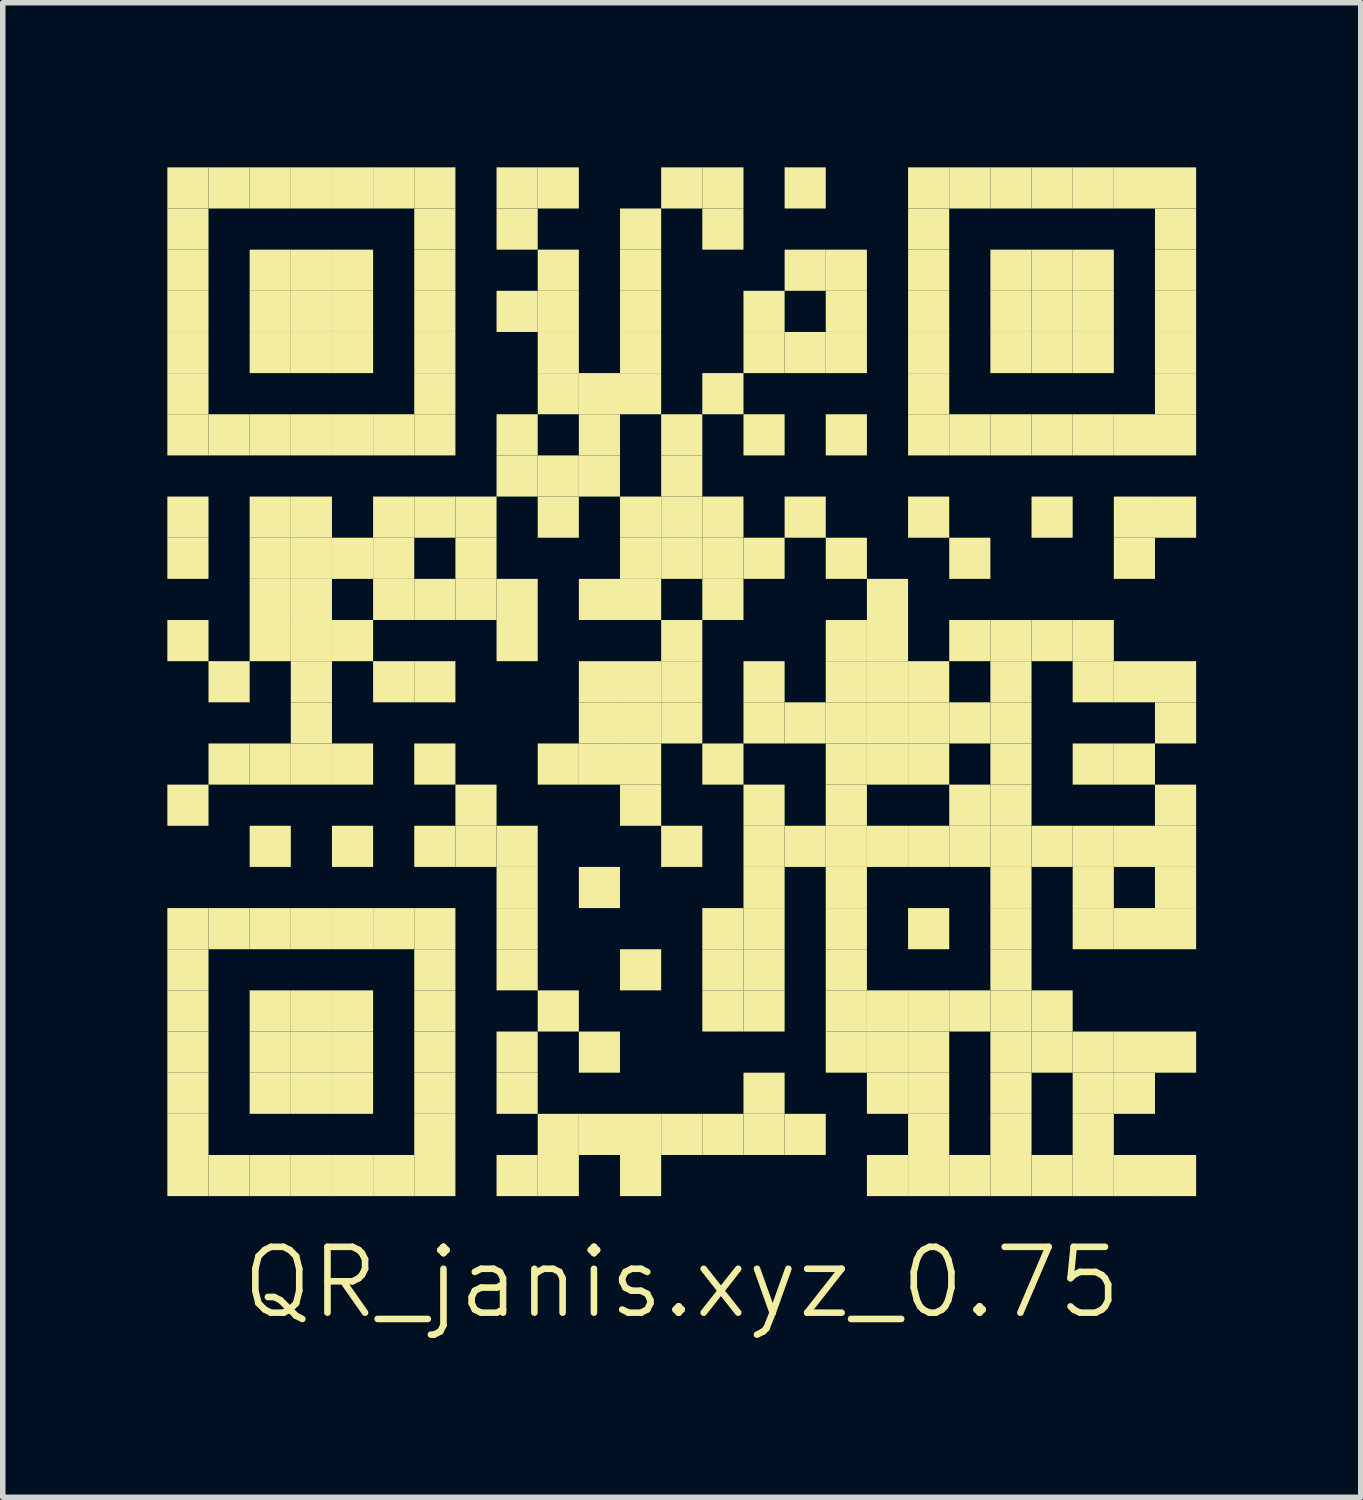
<source format=kicad_pcb>
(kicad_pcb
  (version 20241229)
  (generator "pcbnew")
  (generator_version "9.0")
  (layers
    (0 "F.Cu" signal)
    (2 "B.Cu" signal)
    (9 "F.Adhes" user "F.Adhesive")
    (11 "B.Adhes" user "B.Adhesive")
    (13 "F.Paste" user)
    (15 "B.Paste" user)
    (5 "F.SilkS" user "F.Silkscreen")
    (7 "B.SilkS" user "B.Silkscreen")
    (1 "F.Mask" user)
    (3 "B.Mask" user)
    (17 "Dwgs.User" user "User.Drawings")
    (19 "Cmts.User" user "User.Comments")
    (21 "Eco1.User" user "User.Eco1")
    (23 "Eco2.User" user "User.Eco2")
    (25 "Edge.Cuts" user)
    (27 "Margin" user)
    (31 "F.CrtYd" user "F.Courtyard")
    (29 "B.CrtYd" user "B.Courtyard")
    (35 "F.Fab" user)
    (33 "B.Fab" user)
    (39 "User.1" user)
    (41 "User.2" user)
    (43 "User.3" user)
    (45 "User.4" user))
  (footprint "QR_janis.xyz_0.75"
    (layer "F.Cu")
    (at 9.375 9.375)
    (property "Reference" "QR_janis.xyz_0.75" (at 0 10.95 0) (layer "F.SilkS") (effects (font (size 1.2 1.2) (thickness 0.12))))
    (attr through_hole)
    (fp_poly (pts (xy -8.625 -8.625) (xy -8.625 -9.375) (xy -9.375 -9.375) (xy -9.375 -8.625)) (stroke (width 0) (type solid)) (fill yes) (layer "F.SilkS"))
    (fp_poly (pts (xy -8.625 -7.875) (xy -8.625 -8.625) (xy -9.375 -8.625) (xy -9.375 -7.875)) (stroke (width 0) (type solid)) (fill yes) (layer "F.SilkS"))
    (fp_poly (pts (xy -8.625 -7.125) (xy -8.625 -7.875) (xy -9.375 -7.875) (xy -9.375 -7.125)) (stroke (width 0) (type solid)) (fill yes) (layer "F.SilkS"))
    (fp_poly (pts (xy -8.625 -6.375) (xy -8.625 -7.125) (xy -9.375 -7.125) (xy -9.375 -6.375)) (stroke (width 0) (type solid)) (fill yes) (layer "F.SilkS"))
    (fp_poly (pts (xy -8.625 -5.625) (xy -8.625 -6.375) (xy -9.375 -6.375) (xy -9.375 -5.625)) (stroke (width 0) (type solid)) (fill yes) (layer "F.SilkS"))
    (fp_poly (pts (xy -8.625 -4.875) (xy -8.625 -5.625) (xy -9.375 -5.625) (xy -9.375 -4.875)) (stroke (width 0) (type solid)) (fill yes) (layer "F.SilkS"))
    (fp_poly (pts (xy -8.625 -4.125) (xy -8.625 -4.875) (xy -9.375 -4.875) (xy -9.375 -4.125)) (stroke (width 0) (type solid)) (fill yes) (layer "F.SilkS"))
    (fp_poly (pts (xy -8.625 -2.625) (xy -8.625 -3.375) (xy -9.375 -3.375) (xy -9.375 -2.625)) (stroke (width 0) (type solid)) (fill yes) (layer "F.SilkS"))
    (fp_poly (pts (xy -8.625 -1.875) (xy -8.625 -2.625) (xy -9.375 -2.625) (xy -9.375 -1.875)) (stroke (width 0) (type solid)) (fill yes) (layer "F.SilkS"))
    (fp_poly (pts (xy -8.625 -0.375) (xy -8.625 -1.125) (xy -9.375 -1.125) (xy -9.375 -0.375)) (stroke (width 0) (type solid)) (fill yes) (layer "F.SilkS"))
    (fp_poly (pts (xy -8.625 2.625) (xy -8.625 1.875) (xy -9.375 1.875) (xy -9.375 2.625)) (stroke (width 0) (type solid)) (fill yes) (layer "F.SilkS"))
    (fp_poly (pts (xy -8.625 4.875) (xy -8.625 4.125) (xy -9.375 4.125) (xy -9.375 4.875)) (stroke (width 0) (type solid)) (fill yes) (layer "F.SilkS"))
    (fp_poly (pts (xy -8.625 5.625) (xy -8.625 4.875) (xy -9.375 4.875) (xy -9.375 5.625)) (stroke (width 0) (type solid)) (fill yes) (layer "F.SilkS"))
    (fp_poly (pts (xy -8.625 6.375) (xy -8.625 5.625) (xy -9.375 5.625) (xy -9.375 6.375)) (stroke (width 0) (type solid)) (fill yes) (layer "F.SilkS"))
    (fp_poly (pts (xy -8.625 7.125) (xy -8.625 6.375) (xy -9.375 6.375) (xy -9.375 7.125)) (stroke (width 0) (type solid)) (fill yes) (layer "F.SilkS"))
    (fp_poly (pts (xy -8.625 7.875) (xy -8.625 7.125) (xy -9.375 7.125) (xy -9.375 7.875)) (stroke (width 0) (type solid)) (fill yes) (layer "F.SilkS"))
    (fp_poly (pts (xy -8.625 8.625) (xy -8.625 7.875) (xy -9.375 7.875) (xy -9.375 8.625)) (stroke (width 0) (type solid)) (fill yes) (layer "F.SilkS"))
    (fp_poly (pts (xy -8.625 9.375) (xy -8.625 8.625) (xy -9.375 8.625) (xy -9.375 9.375)) (stroke (width 0) (type solid)) (fill yes) (layer "F.SilkS"))
    (fp_poly (pts (xy -7.875 -8.625) (xy -7.875 -9.375) (xy -8.625 -9.375) (xy -8.625 -8.625)) (stroke (width 0) (type solid)) (fill yes) (layer "F.SilkS"))
    (fp_poly (pts (xy -7.875 -4.125) (xy -7.875 -4.875) (xy -8.625 -4.875) (xy -8.625 -4.125)) (stroke (width 0) (type solid)) (fill yes) (layer "F.SilkS"))
    (fp_poly (pts (xy -7.875 0.375) (xy -7.875 -0.375) (xy -8.625 -0.375) (xy -8.625 0.375)) (stroke (width 0) (type solid)) (fill yes) (layer "F.SilkS"))
    (fp_poly (pts (xy -7.875 1.875) (xy -7.875 1.125) (xy -8.625 1.125) (xy -8.625 1.875)) (stroke (width 0) (type solid)) (fill yes) (layer "F.SilkS"))
    (fp_poly (pts (xy -7.875 4.875) (xy -7.875 4.125) (xy -8.625 4.125) (xy -8.625 4.875)) (stroke (width 0) (type solid)) (fill yes) (layer "F.SilkS"))
    (fp_poly (pts (xy -7.875 9.375) (xy -7.875 8.625) (xy -8.625 8.625) (xy -8.625 9.375)) (stroke (width 0) (type solid)) (fill yes) (layer "F.SilkS"))
    (fp_poly (pts (xy -7.125 -8.625) (xy -7.125 -9.375) (xy -7.875 -9.375) (xy -7.875 -8.625)) (stroke (width 0) (type solid)) (fill yes) (layer "F.SilkS"))
    (fp_poly (pts (xy -7.125 -7.125) (xy -7.125 -7.875) (xy -7.875 -7.875) (xy -7.875 -7.125)) (stroke (width 0) (type solid)) (fill yes) (layer "F.SilkS"))
    (fp_poly (pts (xy -7.125 -6.375) (xy -7.125 -7.125) (xy -7.875 -7.125) (xy -7.875 -6.375)) (stroke (width 0) (type solid)) (fill yes) (layer "F.SilkS"))
    (fp_poly (pts (xy -7.125 -5.625) (xy -7.125 -6.375) (xy -7.875 -6.375) (xy -7.875 -5.625)) (stroke (width 0) (type solid)) (fill yes) (layer "F.SilkS"))
    (fp_poly (pts (xy -7.125 -4.125) (xy -7.125 -4.875) (xy -7.875 -4.875) (xy -7.875 -4.125)) (stroke (width 0) (type solid)) (fill yes) (layer "F.SilkS"))
    (fp_poly (pts (xy -7.125 -2.625) (xy -7.125 -3.375) (xy -7.875 -3.375) (xy -7.875 -2.625)) (stroke (width 0) (type solid)) (fill yes) (layer "F.SilkS"))
    (fp_poly (pts (xy -7.125 -1.875) (xy -7.125 -2.625) (xy -7.875 -2.625) (xy -7.875 -1.875)) (stroke (width 0) (type solid)) (fill yes) (layer "F.SilkS"))
    (fp_poly (pts (xy -7.125 -1.125) (xy -7.125 -1.875) (xy -7.875 -1.875) (xy -7.875 -1.125)) (stroke (width 0) (type solid)) (fill yes) (layer "F.SilkS"))
    (fp_poly (pts (xy -7.125 -0.375) (xy -7.125 -1.125) (xy -7.875 -1.125) (xy -7.875 -0.375)) (stroke (width 0) (type solid)) (fill yes) (layer "F.SilkS"))
    (fp_poly (pts (xy -7.125 1.875) (xy -7.125 1.125) (xy -7.875 1.125) (xy -7.875 1.875)) (stroke (width 0) (type solid)) (fill yes) (layer "F.SilkS"))
    (fp_poly (pts (xy -7.125 3.375) (xy -7.125 2.625) (xy -7.875 2.625) (xy -7.875 3.375)) (stroke (width 0) (type solid)) (fill yes) (layer "F.SilkS"))
    (fp_poly (pts (xy -7.125 4.875) (xy -7.125 4.125) (xy -7.875 4.125) (xy -7.875 4.875)) (stroke (width 0) (type solid)) (fill yes) (layer "F.SilkS"))
    (fp_poly (pts (xy -7.125 6.375) (xy -7.125 5.625) (xy -7.875 5.625) (xy -7.875 6.375)) (stroke (width 0) (type solid)) (fill yes) (layer "F.SilkS"))
    (fp_poly (pts (xy -7.125 7.125) (xy -7.125 6.375) (xy -7.875 6.375) (xy -7.875 7.125)) (stroke (width 0) (type solid)) (fill yes) (layer "F.SilkS"))
    (fp_poly (pts (xy -7.125 7.875) (xy -7.125 7.125) (xy -7.875 7.125) (xy -7.875 7.875)) (stroke (width 0) (type solid)) (fill yes) (layer "F.SilkS"))
    (fp_poly (pts (xy -7.125 9.375) (xy -7.125 8.625) (xy -7.875 8.625) (xy -7.875 9.375)) (stroke (width 0) (type solid)) (fill yes) (layer "F.SilkS"))
    (fp_poly (pts (xy -6.375 -8.625) (xy -6.375 -9.375) (xy -7.125 -9.375) (xy -7.125 -8.625)) (stroke (width 0) (type solid)) (fill yes) (layer "F.SilkS"))
    (fp_poly (pts (xy -6.375 -7.125) (xy -6.375 -7.875) (xy -7.125 -7.875) (xy -7.125 -7.125)) (stroke (width 0) (type solid)) (fill yes) (layer "F.SilkS"))
    (fp_poly (pts (xy -6.375 -6.375) (xy -6.375 -7.125) (xy -7.125 -7.125) (xy -7.125 -6.375)) (stroke (width 0) (type solid)) (fill yes) (layer "F.SilkS"))
    (fp_poly (pts (xy -6.375 -5.625) (xy -6.375 -6.375) (xy -7.125 -6.375) (xy -7.125 -5.625)) (stroke (width 0) (type solid)) (fill yes) (layer "F.SilkS"))
    (fp_poly (pts (xy -6.375 -4.125) (xy -6.375 -4.875) (xy -7.125 -4.875) (xy -7.125 -4.125)) (stroke (width 0) (type solid)) (fill yes) (layer "F.SilkS"))
    (fp_poly (pts (xy -6.375 -2.625) (xy -6.375 -3.375) (xy -7.125 -3.375) (xy -7.125 -2.625)) (stroke (width 0) (type solid)) (fill yes) (layer "F.SilkS"))
    (fp_poly (pts (xy -6.375 -1.875) (xy -6.375 -2.625) (xy -7.125 -2.625) (xy -7.125 -1.875)) (stroke (width 0) (type solid)) (fill yes) (layer "F.SilkS"))
    (fp_poly (pts (xy -6.375 -1.125) (xy -6.375 -1.875) (xy -7.125 -1.875) (xy -7.125 -1.125)) (stroke (width 0) (type solid)) (fill yes) (layer "F.SilkS"))
    (fp_poly (pts (xy -6.375 -0.375) (xy -6.375 -1.125) (xy -7.125 -1.125) (xy -7.125 -0.375)) (stroke (width 0) (type solid)) (fill yes) (layer "F.SilkS"))
    (fp_poly (pts (xy -6.375 0.375) (xy -6.375 -0.375) (xy -7.125 -0.375) (xy -7.125 0.375)) (stroke (width 0) (type solid)) (fill yes) (layer "F.SilkS"))
    (fp_poly (pts (xy -6.375 1.125) (xy -6.375 0.375) (xy -7.125 0.375) (xy -7.125 1.125)) (stroke (width 0) (type solid)) (fill yes) (layer "F.SilkS"))
    (fp_poly (pts (xy -6.375 1.875) (xy -6.375 1.125) (xy -7.125 1.125) (xy -7.125 1.875)) (stroke (width 0) (type solid)) (fill yes) (layer "F.SilkS"))
    (fp_poly (pts (xy -6.375 4.875) (xy -6.375 4.125) (xy -7.125 4.125) (xy -7.125 4.875)) (stroke (width 0) (type solid)) (fill yes) (layer "F.SilkS"))
    (fp_poly (pts (xy -6.375 6.375) (xy -6.375 5.625) (xy -7.125 5.625) (xy -7.125 6.375)) (stroke (width 0) (type solid)) (fill yes) (layer "F.SilkS"))
    (fp_poly (pts (xy -6.375 7.125) (xy -6.375 6.375) (xy -7.125 6.375) (xy -7.125 7.125)) (stroke (width 0) (type solid)) (fill yes) (layer "F.SilkS"))
    (fp_poly (pts (xy -6.375 7.875) (xy -6.375 7.125) (xy -7.125 7.125) (xy -7.125 7.875)) (stroke (width 0) (type solid)) (fill yes) (layer "F.SilkS"))
    (fp_poly (pts (xy -6.375 9.375) (xy -6.375 8.625) (xy -7.125 8.625) (xy -7.125 9.375)) (stroke (width 0) (type solid)) (fill yes) (layer "F.SilkS"))
    (fp_poly (pts (xy -5.625 -8.625) (xy -5.625 -9.375) (xy -6.375 -9.375) (xy -6.375 -8.625)) (stroke (width 0) (type solid)) (fill yes) (layer "F.SilkS"))
    (fp_poly (pts (xy -5.625 -7.125) (xy -5.625 -7.875) (xy -6.375 -7.875) (xy -6.375 -7.125)) (stroke (width 0) (type solid)) (fill yes) (layer "F.SilkS"))
    (fp_poly (pts (xy -5.625 -6.375) (xy -5.625 -7.125) (xy -6.375 -7.125) (xy -6.375 -6.375)) (stroke (width 0) (type solid)) (fill yes) (layer "F.SilkS"))
    (fp_poly (pts (xy -5.625 -5.625) (xy -5.625 -6.375) (xy -6.375 -6.375) (xy -6.375 -5.625)) (stroke (width 0) (type solid)) (fill yes) (layer "F.SilkS"))
    (fp_poly (pts (xy -5.625 -4.125) (xy -5.625 -4.875) (xy -6.375 -4.875) (xy -6.375 -4.125)) (stroke (width 0) (type solid)) (fill yes) (layer "F.SilkS"))
    (fp_poly (pts (xy -5.625 -1.875) (xy -5.625 -2.625) (xy -6.375 -2.625) (xy -6.375 -1.875)) (stroke (width 0) (type solid)) (fill yes) (layer "F.SilkS"))
    (fp_poly (pts (xy -5.625 -0.375) (xy -5.625 -1.125) (xy -6.375 -1.125) (xy -6.375 -0.375)) (stroke (width 0) (type solid)) (fill yes) (layer "F.SilkS"))
    (fp_poly (pts (xy -5.625 1.875) (xy -5.625 1.125) (xy -6.375 1.125) (xy -6.375 1.875)) (stroke (width 0) (type solid)) (fill yes) (layer "F.SilkS"))
    (fp_poly (pts (xy -5.625 3.375) (xy -5.625 2.625) (xy -6.375 2.625) (xy -6.375 3.375)) (stroke (width 0) (type solid)) (fill yes) (layer "F.SilkS"))
    (fp_poly (pts (xy -5.625 4.875) (xy -5.625 4.125) (xy -6.375 4.125) (xy -6.375 4.875)) (stroke (width 0) (type solid)) (fill yes) (layer "F.SilkS"))
    (fp_poly (pts (xy -5.625 6.375) (xy -5.625 5.625) (xy -6.375 5.625) (xy -6.375 6.375)) (stroke (width 0) (type solid)) (fill yes) (layer "F.SilkS"))
    (fp_poly (pts (xy -5.625 7.125) (xy -5.625 6.375) (xy -6.375 6.375) (xy -6.375 7.125)) (stroke (width 0) (type solid)) (fill yes) (layer "F.SilkS"))
    (fp_poly (pts (xy -5.625 7.875) (xy -5.625 7.125) (xy -6.375 7.125) (xy -6.375 7.875)) (stroke (width 0) (type solid)) (fill yes) (layer "F.SilkS"))
    (fp_poly (pts (xy -5.625 9.375) (xy -5.625 8.625) (xy -6.375 8.625) (xy -6.375 9.375)) (stroke (width 0) (type solid)) (fill yes) (layer "F.SilkS"))
    (fp_poly (pts (xy -4.875 -8.625) (xy -4.875 -9.375) (xy -5.625 -9.375) (xy -5.625 -8.625)) (stroke (width 0) (type solid)) (fill yes) (layer "F.SilkS"))
    (fp_poly (pts (xy -4.875 -4.125) (xy -4.875 -4.875) (xy -5.625 -4.875) (xy -5.625 -4.125)) (stroke (width 0) (type solid)) (fill yes) (layer "F.SilkS"))
    (fp_poly (pts (xy -4.875 -2.625) (xy -4.875 -3.375) (xy -5.625 -3.375) (xy -5.625 -2.625)) (stroke (width 0) (type solid)) (fill yes) (layer "F.SilkS"))
    (fp_poly (pts (xy -4.875 -1.875) (xy -4.875 -2.625) (xy -5.625 -2.625) (xy -5.625 -1.875)) (stroke (width 0) (type solid)) (fill yes) (layer "F.SilkS"))
    (fp_poly (pts (xy -4.875 -1.125) (xy -4.875 -1.875) (xy -5.625 -1.875) (xy -5.625 -1.125)) (stroke (width 0) (type solid)) (fill yes) (layer "F.SilkS"))
    (fp_poly (pts (xy -4.875 0.375) (xy -4.875 -0.375) (xy -5.625 -0.375) (xy -5.625 0.375)) (stroke (width 0) (type solid)) (fill yes) (layer "F.SilkS"))
    (fp_poly (pts (xy -4.875 4.875) (xy -4.875 4.125) (xy -5.625 4.125) (xy -5.625 4.875)) (stroke (width 0) (type solid)) (fill yes) (layer "F.SilkS"))
    (fp_poly (pts (xy -4.875 9.375) (xy -4.875 8.625) (xy -5.625 8.625) (xy -5.625 9.375)) (stroke (width 0) (type solid)) (fill yes) (layer "F.SilkS"))
    (fp_poly (pts (xy -4.125 -8.625) (xy -4.125 -9.375) (xy -4.875 -9.375) (xy -4.875 -8.625)) (stroke (width 0) (type solid)) (fill yes) (layer "F.SilkS"))
    (fp_poly (pts (xy -4.125 -7.875) (xy -4.125 -8.625) (xy -4.875 -8.625) (xy -4.875 -7.875)) (stroke (width 0) (type solid)) (fill yes) (layer "F.SilkS"))
    (fp_poly (pts (xy -4.125 -7.125) (xy -4.125 -7.875) (xy -4.875 -7.875) (xy -4.875 -7.125)) (stroke (width 0) (type solid)) (fill yes) (layer "F.SilkS"))
    (fp_poly (pts (xy -4.125 -6.375) (xy -4.125 -7.125) (xy -4.875 -7.125) (xy -4.875 -6.375)) (stroke (width 0) (type solid)) (fill yes) (layer "F.SilkS"))
    (fp_poly (pts (xy -4.125 -5.625) (xy -4.125 -6.375) (xy -4.875 -6.375) (xy -4.875 -5.625)) (stroke (width 0) (type solid)) (fill yes) (layer "F.SilkS"))
    (fp_poly (pts (xy -4.125 -4.875) (xy -4.125 -5.625) (xy -4.875 -5.625) (xy -4.875 -4.875)) (stroke (width 0) (type solid)) (fill yes) (layer "F.SilkS"))
    (fp_poly (pts (xy -4.125 -4.125) (xy -4.125 -4.875) (xy -4.875 -4.875) (xy -4.875 -4.125)) (stroke (width 0) (type solid)) (fill yes) (layer "F.SilkS"))
    (fp_poly (pts (xy -4.125 -2.625) (xy -4.125 -3.375) (xy -4.875 -3.375) (xy -4.875 -2.625)) (stroke (width 0) (type solid)) (fill yes) (layer "F.SilkS"))
    (fp_poly (pts (xy -4.125 -1.125) (xy -4.125 -1.875) (xy -4.875 -1.875) (xy -4.875 -1.125)) (stroke (width 0) (type solid)) (fill yes) (layer "F.SilkS"))
    (fp_poly (pts (xy -4.125 0.375) (xy -4.125 -0.375) (xy -4.875 -0.375) (xy -4.875 0.375)) (stroke (width 0) (type solid)) (fill yes) (layer "F.SilkS"))
    (fp_poly (pts (xy -4.125 1.875) (xy -4.125 1.125) (xy -4.875 1.125) (xy -4.875 1.875)) (stroke (width 0) (type solid)) (fill yes) (layer "F.SilkS"))
    (fp_poly (pts (xy -4.125 3.375) (xy -4.125 2.625) (xy -4.875 2.625) (xy -4.875 3.375)) (stroke (width 0) (type solid)) (fill yes) (layer "F.SilkS"))
    (fp_poly (pts (xy -4.125 4.875) (xy -4.125 4.125) (xy -4.875 4.125) (xy -4.875 4.875)) (stroke (width 0) (type solid)) (fill yes) (layer "F.SilkS"))
    (fp_poly (pts (xy -4.125 5.625) (xy -4.125 4.875) (xy -4.875 4.875) (xy -4.875 5.625)) (stroke (width 0) (type solid)) (fill yes) (layer "F.SilkS"))
    (fp_poly (pts (xy -4.125 6.375) (xy -4.125 5.625) (xy -4.875 5.625) (xy -4.875 6.375)) (stroke (width 0) (type solid)) (fill yes) (layer "F.SilkS"))
    (fp_poly (pts (xy -4.125 7.125) (xy -4.125 6.375) (xy -4.875 6.375) (xy -4.875 7.125)) (stroke (width 0) (type solid)) (fill yes) (layer "F.SilkS"))
    (fp_poly (pts (xy -4.125 7.875) (xy -4.125 7.125) (xy -4.875 7.125) (xy -4.875 7.875)) (stroke (width 0) (type solid)) (fill yes) (layer "F.SilkS"))
    (fp_poly (pts (xy -4.125 8.625) (xy -4.125 7.875) (xy -4.875 7.875) (xy -4.875 8.625)) (stroke (width 0) (type solid)) (fill yes) (layer "F.SilkS"))
    (fp_poly (pts (xy -4.125 9.375) (xy -4.125 8.625) (xy -4.875 8.625) (xy -4.875 9.375)) (stroke (width 0) (type solid)) (fill yes) (layer "F.SilkS"))
    (fp_poly (pts (xy -3.375 -2.625) (xy -3.375 -3.375) (xy -4.125 -3.375) (xy -4.125 -2.625)) (stroke (width 0) (type solid)) (fill yes) (layer "F.SilkS"))
    (fp_poly (pts (xy -3.375 -1.875) (xy -3.375 -2.625) (xy -4.125 -2.625) (xy -4.125 -1.875)) (stroke (width 0) (type solid)) (fill yes) (layer "F.SilkS"))
    (fp_poly (pts (xy -3.375 -1.125) (xy -3.375 -1.875) (xy -4.125 -1.875) (xy -4.125 -1.125)) (stroke (width 0) (type solid)) (fill yes) (layer "F.SilkS"))
    (fp_poly (pts (xy -3.375 2.625) (xy -3.375 1.875) (xy -4.125 1.875) (xy -4.125 2.625)) (stroke (width 0) (type solid)) (fill yes) (layer "F.SilkS"))
    (fp_poly (pts (xy -3.375 3.375) (xy -3.375 2.625) (xy -4.125 2.625) (xy -4.125 3.375)) (stroke (width 0) (type solid)) (fill yes) (layer "F.SilkS"))
    (fp_poly (pts (xy -2.625 -8.625) (xy -2.625 -9.375) (xy -3.375 -9.375) (xy -3.375 -8.625)) (stroke (width 0) (type solid)) (fill yes) (layer "F.SilkS"))
    (fp_poly (pts (xy -2.625 -7.875) (xy -2.625 -8.625) (xy -3.375 -8.625) (xy -3.375 -7.875)) (stroke (width 0) (type solid)) (fill yes) (layer "F.SilkS"))
    (fp_poly (pts (xy -2.625 -6.375) (xy -2.625 -7.125) (xy -3.375 -7.125) (xy -3.375 -6.375)) (stroke (width 0) (type solid)) (fill yes) (layer "F.SilkS"))
    (fp_poly (pts (xy -2.625 -4.125) (xy -2.625 -4.875) (xy -3.375 -4.875) (xy -3.375 -4.125)) (stroke (width 0) (type solid)) (fill yes) (layer "F.SilkS"))
    (fp_poly (pts (xy -2.625 -3.375) (xy -2.625 -4.125) (xy -3.375 -4.125) (xy -3.375 -3.375)) (stroke (width 0) (type solid)) (fill yes) (layer "F.SilkS"))
    (fp_poly (pts (xy -2.625 -1.125) (xy -2.625 -1.875) (xy -3.375 -1.875) (xy -3.375 -1.125)) (stroke (width 0) (type solid)) (fill yes) (layer "F.SilkS"))
    (fp_poly (pts (xy -2.625 -0.375) (xy -2.625 -1.125) (xy -3.375 -1.125) (xy -3.375 -0.375)) (stroke (width 0) (type solid)) (fill yes) (layer "F.SilkS"))
    (fp_poly (pts (xy -2.625 3.375) (xy -2.625 2.625) (xy -3.375 2.625) (xy -3.375 3.375)) (stroke (width 0) (type solid)) (fill yes) (layer "F.SilkS"))
    (fp_poly (pts (xy -2.625 4.125) (xy -2.625 3.375) (xy -3.375 3.375) (xy -3.375 4.125)) (stroke (width 0) (type solid)) (fill yes) (layer "F.SilkS"))
    (fp_poly (pts (xy -2.625 4.875) (xy -2.625 4.125) (xy -3.375 4.125) (xy -3.375 4.875)) (stroke (width 0) (type solid)) (fill yes) (layer "F.SilkS"))
    (fp_poly (pts (xy -2.625 5.625) (xy -2.625 4.875) (xy -3.375 4.875) (xy -3.375 5.625)) (stroke (width 0) (type solid)) (fill yes) (layer "F.SilkS"))
    (fp_poly (pts (xy -2.625 7.125) (xy -2.625 6.375) (xy -3.375 6.375) (xy -3.375 7.125)) (stroke (width 0) (type solid)) (fill yes) (layer "F.SilkS"))
    (fp_poly (pts (xy -2.625 7.875) (xy -2.625 7.125) (xy -3.375 7.125) (xy -3.375 7.875)) (stroke (width 0) (type solid)) (fill yes) (layer "F.SilkS"))
    (fp_poly (pts (xy -2.625 9.375) (xy -2.625 8.625) (xy -3.375 8.625) (xy -3.375 9.375)) (stroke (width 0) (type solid)) (fill yes) (layer "F.SilkS"))
    (fp_poly (pts (xy -1.875 -8.625) (xy -1.875 -9.375) (xy -2.625 -9.375) (xy -2.625 -8.625)) (stroke (width 0) (type solid)) (fill yes) (layer "F.SilkS"))
    (fp_poly (pts (xy -1.875 -7.125) (xy -1.875 -7.875) (xy -2.625 -7.875) (xy -2.625 -7.125)) (stroke (width 0) (type solid)) (fill yes) (layer "F.SilkS"))
    (fp_poly (pts (xy -1.875 -6.375) (xy -1.875 -7.125) (xy -2.625 -7.125) (xy -2.625 -6.375)) (stroke (width 0) (type solid)) (fill yes) (layer "F.SilkS"))
    (fp_poly (pts (xy -1.875 -5.625) (xy -1.875 -6.375) (xy -2.625 -6.375) (xy -2.625 -5.625)) (stroke (width 0) (type solid)) (fill yes) (layer "F.SilkS"))
    (fp_poly (pts (xy -1.875 -4.875) (xy -1.875 -5.625) (xy -2.625 -5.625) (xy -2.625 -4.875)) (stroke (width 0) (type solid)) (fill yes) (layer "F.SilkS"))
    (fp_poly (pts (xy -1.875 -3.375) (xy -1.875 -4.125) (xy -2.625 -4.125) (xy -2.625 -3.375)) (stroke (width 0) (type solid)) (fill yes) (layer "F.SilkS"))
    (fp_poly (pts (xy -1.875 -2.625) (xy -1.875 -3.375) (xy -2.625 -3.375) (xy -2.625 -2.625)) (stroke (width 0) (type solid)) (fill yes) (layer "F.SilkS"))
    (fp_poly (pts (xy -1.875 1.875) (xy -1.875 1.125) (xy -2.625 1.125) (xy -2.625 1.875)) (stroke (width 0) (type solid)) (fill yes) (layer "F.SilkS"))
    (fp_poly (pts (xy -1.875 6.375) (xy -1.875 5.625) (xy -2.625 5.625) (xy -2.625 6.375)) (stroke (width 0) (type solid)) (fill yes) (layer "F.SilkS"))
    (fp_poly (pts (xy -1.875 8.625) (xy -1.875 7.875) (xy -2.625 7.875) (xy -2.625 8.625)) (stroke (width 0) (type solid)) (fill yes) (layer "F.SilkS"))
    (fp_poly (pts (xy -1.875 9.375) (xy -1.875 8.625) (xy -2.625 8.625) (xy -2.625 9.375)) (stroke (width 0) (type solid)) (fill yes) (layer "F.SilkS"))
    (fp_poly (pts (xy -1.125 -4.875) (xy -1.125 -5.625) (xy -1.875 -5.625) (xy -1.875 -4.875)) (stroke (width 0) (type solid)) (fill yes) (layer "F.SilkS"))
    (fp_poly (pts (xy -1.125 -4.125) (xy -1.125 -4.875) (xy -1.875 -4.875) (xy -1.875 -4.125)) (stroke (width 0) (type solid)) (fill yes) (layer "F.SilkS"))
    (fp_poly (pts (xy -1.125 -3.375) (xy -1.125 -4.125) (xy -1.875 -4.125) (xy -1.875 -3.375)) (stroke (width 0) (type solid)) (fill yes) (layer "F.SilkS"))
    (fp_poly (pts (xy -1.125 -1.125) (xy -1.125 -1.875) (xy -1.875 -1.875) (xy -1.875 -1.125)) (stroke (width 0) (type solid)) (fill yes) (layer "F.SilkS"))
    (fp_poly (pts (xy -1.125 0.375) (xy -1.125 -0.375) (xy -1.875 -0.375) (xy -1.875 0.375)) (stroke (width 0) (type solid)) (fill yes) (layer "F.SilkS"))
    (fp_poly (pts (xy -1.125 1.125) (xy -1.125 0.375) (xy -1.875 0.375) (xy -1.875 1.125)) (stroke (width 0) (type solid)) (fill yes) (layer "F.SilkS"))
    (fp_poly (pts (xy -1.125 1.875) (xy -1.125 1.125) (xy -1.875 1.125) (xy -1.875 1.875)) (stroke (width 0) (type solid)) (fill yes) (layer "F.SilkS"))
    (fp_poly (pts (xy -1.125 4.125) (xy -1.125 3.375) (xy -1.875 3.375) (xy -1.875 4.125)) (stroke (width 0) (type solid)) (fill yes) (layer "F.SilkS"))
    (fp_poly (pts (xy -1.125 7.125) (xy -1.125 6.375) (xy -1.875 6.375) (xy -1.875 7.125)) (stroke (width 0) (type solid)) (fill yes) (layer "F.SilkS"))
    (fp_poly (pts (xy -1.125 8.625) (xy -1.125 7.875) (xy -1.875 7.875) (xy -1.875 8.625)) (stroke (width 0) (type solid)) (fill yes) (layer "F.SilkS"))
    (fp_poly (pts (xy -0.375 -7.875) (xy -0.375 -8.625) (xy -1.125 -8.625) (xy -1.125 -7.875)) (stroke (width 0) (type solid)) (fill yes) (layer "F.SilkS"))
    (fp_poly (pts (xy -0.375 -7.125) (xy -0.375 -7.875) (xy -1.125 -7.875) (xy -1.125 -7.125)) (stroke (width 0) (type solid)) (fill yes) (layer "F.SilkS"))
    (fp_poly (pts (xy -0.375 -6.375) (xy -0.375 -7.125) (xy -1.125 -7.125) (xy -1.125 -6.375)) (stroke (width 0) (type solid)) (fill yes) (layer "F.SilkS"))
    (fp_poly (pts (xy -0.375 -5.625) (xy -0.375 -6.375) (xy -1.125 -6.375) (xy -1.125 -5.625)) (stroke (width 0) (type solid)) (fill yes) (layer "F.SilkS"))
    (fp_poly (pts (xy -0.375 -4.875) (xy -0.375 -5.625) (xy -1.125 -5.625) (xy -1.125 -4.875)) (stroke (width 0) (type solid)) (fill yes) (layer "F.SilkS"))
    (fp_poly (pts (xy -0.375 -2.625) (xy -0.375 -3.375) (xy -1.125 -3.375) (xy -1.125 -2.625)) (stroke (width 0) (type solid)) (fill yes) (layer "F.SilkS"))
    (fp_poly (pts (xy -0.375 -1.875) (xy -0.375 -2.625) (xy -1.125 -2.625) (xy -1.125 -1.875)) (stroke (width 0) (type solid)) (fill yes) (layer "F.SilkS"))
    (fp_poly (pts (xy -0.375 -1.125) (xy -0.375 -1.875) (xy -1.125 -1.875) (xy -1.125 -1.125)) (stroke (width 0) (type solid)) (fill yes) (layer "F.SilkS"))
    (fp_poly (pts (xy -0.375 0.375) (xy -0.375 -0.375) (xy -1.125 -0.375) (xy -1.125 0.375)) (stroke (width 0) (type solid)) (fill yes) (layer "F.SilkS"))
    (fp_poly (pts (xy -0.375 1.125) (xy -0.375 0.375) (xy -1.125 0.375) (xy -1.125 1.125)) (stroke (width 0) (type solid)) (fill yes) (layer "F.SilkS"))
    (fp_poly (pts (xy -0.375 1.875) (xy -0.375 1.125) (xy -1.125 1.125) (xy -1.125 1.875)) (stroke (width 0) (type solid)) (fill yes) (layer "F.SilkS"))
    (fp_poly (pts (xy -0.375 2.625) (xy -0.375 1.875) (xy -1.125 1.875) (xy -1.125 2.625)) (stroke (width 0) (type solid)) (fill yes) (layer "F.SilkS"))
    (fp_poly (pts (xy -0.375 5.625) (xy -0.375 4.875) (xy -1.125 4.875) (xy -1.125 5.625)) (stroke (width 0) (type solid)) (fill yes) (layer "F.SilkS"))
    (fp_poly (pts (xy -0.375 8.625) (xy -0.375 7.875) (xy -1.125 7.875) (xy -1.125 8.625)) (stroke (width 0) (type solid)) (fill yes) (layer "F.SilkS"))
    (fp_poly (pts (xy -0.375 9.375) (xy -0.375 8.625) (xy -1.125 8.625) (xy -1.125 9.375)) (stroke (width 0) (type solid)) (fill yes) (layer "F.SilkS"))
    (fp_poly (pts (xy 0.375 -8.625) (xy 0.375 -9.375) (xy -0.375 -9.375) (xy -0.375 -8.625)) (stroke (width 0) (type solid)) (fill yes) (layer "F.SilkS"))
    (fp_poly (pts (xy 0.375 -4.125) (xy 0.375 -4.875) (xy -0.375 -4.875) (xy -0.375 -4.125)) (stroke (width 0) (type solid)) (fill yes) (layer "F.SilkS"))
    (fp_poly (pts (xy 0.375 -3.375) (xy 0.375 -4.125) (xy -0.375 -4.125) (xy -0.375 -3.375)) (stroke (width 0) (type solid)) (fill yes) (layer "F.SilkS"))
    (fp_poly (pts (xy 0.375 -2.625) (xy 0.375 -3.375) (xy -0.375 -3.375) (xy -0.375 -2.625)) (stroke (width 0) (type solid)) (fill yes) (layer "F.SilkS"))
    (fp_poly (pts (xy 0.375 -1.875) (xy 0.375 -2.625) (xy -0.375 -2.625) (xy -0.375 -1.875)) (stroke (width 0) (type solid)) (fill yes) (layer "F.SilkS"))
    (fp_poly (pts (xy 0.375 -0.375) (xy 0.375 -1.125) (xy -0.375 -1.125) (xy -0.375 -0.375)) (stroke (width 0) (type solid)) (fill yes) (layer "F.SilkS"))
    (fp_poly (pts (xy 0.375 0.375) (xy 0.375 -0.375) (xy -0.375 -0.375) (xy -0.375 0.375)) (stroke (width 0) (type solid)) (fill yes) (layer "F.SilkS"))
    (fp_poly (pts (xy 0.375 1.125) (xy 0.375 0.375) (xy -0.375 0.375) (xy -0.375 1.125)) (stroke (width 0) (type solid)) (fill yes) (layer "F.SilkS"))
    (fp_poly (pts (xy 0.375 3.375) (xy 0.375 2.625) (xy -0.375 2.625) (xy -0.375 3.375)) (stroke (width 0) (type solid)) (fill yes) (layer "F.SilkS"))
    (fp_poly (pts (xy 0.375 8.625) (xy 0.375 7.875) (xy -0.375 7.875) (xy -0.375 8.625)) (stroke (width 0) (type solid)) (fill yes) (layer "F.SilkS"))
    (fp_poly (pts (xy 1.125 -8.625) (xy 1.125 -9.375) (xy 0.375 -9.375) (xy 0.375 -8.625)) (stroke (width 0) (type solid)) (fill yes) (layer "F.SilkS"))
    (fp_poly (pts (xy 1.125 -7.875) (xy 1.125 -8.625) (xy 0.375 -8.625) (xy 0.375 -7.875)) (stroke (width 0) (type solid)) (fill yes) (layer "F.SilkS"))
    (fp_poly (pts (xy 1.125 -4.875) (xy 1.125 -5.625) (xy 0.375 -5.625) (xy 0.375 -4.875)) (stroke (width 0) (type solid)) (fill yes) (layer "F.SilkS"))
    (fp_poly (pts (xy 1.125 -2.625) (xy 1.125 -3.375) (xy 0.375 -3.375) (xy 0.375 -2.625)) (stroke (width 0) (type solid)) (fill yes) (layer "F.SilkS"))
    (fp_poly (pts (xy 1.125 -1.875) (xy 1.125 -2.625) (xy 0.375 -2.625) (xy 0.375 -1.875)) (stroke (width 0) (type solid)) (fill yes) (layer "F.SilkS"))
    (fp_poly (pts (xy 1.125 -1.125) (xy 1.125 -1.875) (xy 0.375 -1.875) (xy 0.375 -1.125)) (stroke (width 0) (type solid)) (fill yes) (layer "F.SilkS"))
    (fp_poly (pts (xy 1.125 1.875) (xy 1.125 1.125) (xy 0.375 1.125) (xy 0.375 1.875)) (stroke (width 0) (type solid)) (fill yes) (layer "F.SilkS"))
    (fp_poly (pts (xy 1.125 4.875) (xy 1.125 4.125) (xy 0.375 4.125) (xy 0.375 4.875)) (stroke (width 0) (type solid)) (fill yes) (layer "F.SilkS"))
    (fp_poly (pts (xy 1.125 5.625) (xy 1.125 4.875) (xy 0.375 4.875) (xy 0.375 5.625)) (stroke (width 0) (type solid)) (fill yes) (layer "F.SilkS"))
    (fp_poly (pts (xy 1.125 6.375) (xy 1.125 5.625) (xy 0.375 5.625) (xy 0.375 6.375)) (stroke (width 0) (type solid)) (fill yes) (layer "F.SilkS"))
    (fp_poly (pts (xy 1.125 8.625) (xy 1.125 7.875) (xy 0.375 7.875) (xy 0.375 8.625)) (stroke (width 0) (type solid)) (fill yes) (layer "F.SilkS"))
    (fp_poly (pts (xy 1.875 -6.375) (xy 1.875 -7.125) (xy 1.125 -7.125) (xy 1.125 -6.375)) (stroke (width 0) (type solid)) (fill yes) (layer "F.SilkS"))
    (fp_poly (pts (xy 1.875 -5.625) (xy 1.875 -6.375) (xy 1.125 -6.375) (xy 1.125 -5.625)) (stroke (width 0) (type solid)) (fill yes) (layer "F.SilkS"))
    (fp_poly (pts (xy 1.875 -4.125) (xy 1.875 -4.875) (xy 1.125 -4.875) (xy 1.125 -4.125)) (stroke (width 0) (type solid)) (fill yes) (layer "F.SilkS"))
    (fp_poly (pts (xy 1.875 -1.875) (xy 1.875 -2.625) (xy 1.125 -2.625) (xy 1.125 -1.875)) (stroke (width 0) (type solid)) (fill yes) (layer "F.SilkS"))
    (fp_poly (pts (xy 1.875 0.375) (xy 1.875 -0.375) (xy 1.125 -0.375) (xy 1.125 0.375)) (stroke (width 0) (type solid)) (fill yes) (layer "F.SilkS"))
    (fp_poly (pts (xy 1.875 1.125) (xy 1.875 0.375) (xy 1.125 0.375) (xy 1.125 1.125)) (stroke (width 0) (type solid)) (fill yes) (layer "F.SilkS"))
    (fp_poly (pts (xy 1.875 2.625) (xy 1.875 1.875) (xy 1.125 1.875) (xy 1.125 2.625)) (stroke (width 0) (type solid)) (fill yes) (layer "F.SilkS"))
    (fp_poly (pts (xy 1.875 3.375) (xy 1.875 2.625) (xy 1.125 2.625) (xy 1.125 3.375)) (stroke (width 0) (type solid)) (fill yes) (layer "F.SilkS"))
    (fp_poly (pts (xy 1.875 4.125) (xy 1.875 3.375) (xy 1.125 3.375) (xy 1.125 4.125)) (stroke (width 0) (type solid)) (fill yes) (layer "F.SilkS"))
    (fp_poly (pts (xy 1.875 4.875) (xy 1.875 4.125) (xy 1.125 4.125) (xy 1.125 4.875)) (stroke (width 0) (type solid)) (fill yes) (layer "F.SilkS"))
    (fp_poly (pts (xy 1.875 5.625) (xy 1.875 4.875) (xy 1.125 4.875) (xy 1.125 5.625)) (stroke (width 0) (type solid)) (fill yes) (layer "F.SilkS"))
    (fp_poly (pts (xy 1.875 6.375) (xy 1.875 5.625) (xy 1.125 5.625) (xy 1.125 6.375)) (stroke (width 0) (type solid)) (fill yes) (layer "F.SilkS"))
    (fp_poly (pts (xy 1.875 7.875) (xy 1.875 7.125) (xy 1.125 7.125) (xy 1.125 7.875)) (stroke (width 0) (type solid)) (fill yes) (layer "F.SilkS"))
    (fp_poly (pts (xy 1.875 8.625) (xy 1.875 7.875) (xy 1.125 7.875) (xy 1.125 8.625)) (stroke (width 0) (type solid)) (fill yes) (layer "F.SilkS"))
    (fp_poly (pts (xy 2.625 -8.625) (xy 2.625 -9.375) (xy 1.875 -9.375) (xy 1.875 -8.625)) (stroke (width 0) (type solid)) (fill yes) (layer "F.SilkS"))
    (fp_poly (pts (xy 2.625 -7.125) (xy 2.625 -7.875) (xy 1.875 -7.875) (xy 1.875 -7.125)) (stroke (width 0) (type solid)) (fill yes) (layer "F.SilkS"))
    (fp_poly (pts (xy 2.625 -5.625) (xy 2.625 -6.375) (xy 1.875 -6.375) (xy 1.875 -5.625)) (stroke (width 0) (type solid)) (fill yes) (layer "F.SilkS"))
    (fp_poly (pts (xy 2.625 -2.625) (xy 2.625 -3.375) (xy 1.875 -3.375) (xy 1.875 -2.625)) (stroke (width 0) (type solid)) (fill yes) (layer "F.SilkS"))
    (fp_poly (pts (xy 2.625 1.125) (xy 2.625 0.375) (xy 1.875 0.375) (xy 1.875 1.125)) (stroke (width 0) (type solid)) (fill yes) (layer "F.SilkS"))
    (fp_poly (pts (xy 2.625 3.375) (xy 2.625 2.625) (xy 1.875 2.625) (xy 1.875 3.375)) (stroke (width 0) (type solid)) (fill yes) (layer "F.SilkS"))
    (fp_poly (pts (xy 2.625 8.625) (xy 2.625 7.875) (xy 1.875 7.875) (xy 1.875 8.625)) (stroke (width 0) (type solid)) (fill yes) (layer "F.SilkS"))
    (fp_poly (pts (xy 3.375 -7.125) (xy 3.375 -7.875) (xy 2.625 -7.875) (xy 2.625 -7.125)) (stroke (width 0) (type solid)) (fill yes) (layer "F.SilkS"))
    (fp_poly (pts (xy 3.375 -6.375) (xy 3.375 -7.125) (xy 2.625 -7.125) (xy 2.625 -6.375)) (stroke (width 0) (type solid)) (fill yes) (layer "F.SilkS"))
    (fp_poly (pts (xy 3.375 -5.625) (xy 3.375 -6.375) (xy 2.625 -6.375) (xy 2.625 -5.625)) (stroke (width 0) (type solid)) (fill yes) (layer "F.SilkS"))
    (fp_poly (pts (xy 3.375 -4.125) (xy 3.375 -4.875) (xy 2.625 -4.875) (xy 2.625 -4.125)) (stroke (width 0) (type solid)) (fill yes) (layer "F.SilkS"))
    (fp_poly (pts (xy 3.375 -1.875) (xy 3.375 -2.625) (xy 2.625 -2.625) (xy 2.625 -1.875)) (stroke (width 0) (type solid)) (fill yes) (layer "F.SilkS"))
    (fp_poly (pts (xy 3.375 -0.375) (xy 3.375 -1.125) (xy 2.625 -1.125) (xy 2.625 -0.375)) (stroke (width 0) (type solid)) (fill yes) (layer "F.SilkS"))
    (fp_poly (pts (xy 3.375 0.375) (xy 3.375 -0.375) (xy 2.625 -0.375) (xy 2.625 0.375)) (stroke (width 0) (type solid)) (fill yes) (layer "F.SilkS"))
    (fp_poly (pts (xy 3.375 1.125) (xy 3.375 0.375) (xy 2.625 0.375) (xy 2.625 1.125)) (stroke (width 0) (type solid)) (fill yes) (layer "F.SilkS"))
    (fp_poly (pts (xy 3.375 1.875) (xy 3.375 1.125) (xy 2.625 1.125) (xy 2.625 1.875)) (stroke (width 0) (type solid)) (fill yes) (layer "F.SilkS"))
    (fp_poly (pts (xy 3.375 2.625) (xy 3.375 1.875) (xy 2.625 1.875) (xy 2.625 2.625)) (stroke (width 0) (type solid)) (fill yes) (layer "F.SilkS"))
    (fp_poly (pts (xy 3.375 3.375) (xy 3.375 2.625) (xy 2.625 2.625) (xy 2.625 3.375)) (stroke (width 0) (type solid)) (fill yes) (layer "F.SilkS"))
    (fp_poly (pts (xy 3.375 4.125) (xy 3.375 3.375) (xy 2.625 3.375) (xy 2.625 4.125)) (stroke (width 0) (type solid)) (fill yes) (layer "F.SilkS"))
    (fp_poly (pts (xy 3.375 4.875) (xy 3.375 4.125) (xy 2.625 4.125) (xy 2.625 4.875)) (stroke (width 0) (type solid)) (fill yes) (layer "F.SilkS"))
    (fp_poly (pts (xy 3.375 5.625) (xy 3.375 4.875) (xy 2.625 4.875) (xy 2.625 5.625)) (stroke (width 0) (type solid)) (fill yes) (layer "F.SilkS"))
    (fp_poly (pts (xy 3.375 6.375) (xy 3.375 5.625) (xy 2.625 5.625) (xy 2.625 6.375)) (stroke (width 0) (type solid)) (fill yes) (layer "F.SilkS"))
    (fp_poly (pts (xy 3.375 7.125) (xy 3.375 6.375) (xy 2.625 6.375) (xy 2.625 7.125)) (stroke (width 0) (type solid)) (fill yes) (layer "F.SilkS"))
    (fp_poly (pts (xy 4.125 -1.125) (xy 4.125 -1.875) (xy 3.375 -1.875) (xy 3.375 -1.125)) (stroke (width 0) (type solid)) (fill yes) (layer "F.SilkS"))
    (fp_poly (pts (xy 4.125 -0.375) (xy 4.125 -1.125) (xy 3.375 -1.125) (xy 3.375 -0.375)) (stroke (width 0) (type solid)) (fill yes) (layer "F.SilkS"))
    (fp_poly (pts (xy 4.125 0.375) (xy 4.125 -0.375) (xy 3.375 -0.375) (xy 3.375 0.375)) (stroke (width 0) (type solid)) (fill yes) (layer "F.SilkS"))
    (fp_poly (pts (xy 4.125 1.125) (xy 4.125 0.375) (xy 3.375 0.375) (xy 3.375 1.125)) (stroke (width 0) (type solid)) (fill yes) (layer "F.SilkS"))
    (fp_poly (pts (xy 4.125 1.875) (xy 4.125 1.125) (xy 3.375 1.125) (xy 3.375 1.875)) (stroke (width 0) (type solid)) (fill yes) (layer "F.SilkS"))
    (fp_poly (pts (xy 4.125 3.375) (xy 4.125 2.625) (xy 3.375 2.625) (xy 3.375 3.375)) (stroke (width 0) (type solid)) (fill yes) (layer "F.SilkS"))
    (fp_poly (pts (xy 4.125 6.375) (xy 4.125 5.625) (xy 3.375 5.625) (xy 3.375 6.375)) (stroke (width 0) (type solid)) (fill yes) (layer "F.SilkS"))
    (fp_poly (pts (xy 4.125 7.125) (xy 4.125 6.375) (xy 3.375 6.375) (xy 3.375 7.125)) (stroke (width 0) (type solid)) (fill yes) (layer "F.SilkS"))
    (fp_poly (pts (xy 4.125 7.875) (xy 4.125 7.125) (xy 3.375 7.125) (xy 3.375 7.875)) (stroke (width 0) (type solid)) (fill yes) (layer "F.SilkS"))
    (fp_poly (pts (xy 4.125 9.375) (xy 4.125 8.625) (xy 3.375 8.625) (xy 3.375 9.375)) (stroke (width 0) (type solid)) (fill yes) (layer "F.SilkS"))
    (fp_poly (pts (xy 4.875 -8.625) (xy 4.875 -9.375) (xy 4.125 -9.375) (xy 4.125 -8.625)) (stroke (width 0) (type solid)) (fill yes) (layer "F.SilkS"))
    (fp_poly (pts (xy 4.875 -7.875) (xy 4.875 -8.625) (xy 4.125 -8.625) (xy 4.125 -7.875)) (stroke (width 0) (type solid)) (fill yes) (layer "F.SilkS"))
    (fp_poly (pts (xy 4.875 -7.125) (xy 4.875 -7.875) (xy 4.125 -7.875) (xy 4.125 -7.125)) (stroke (width 0) (type solid)) (fill yes) (layer "F.SilkS"))
    (fp_poly (pts (xy 4.875 -6.375) (xy 4.875 -7.125) (xy 4.125 -7.125) (xy 4.125 -6.375)) (stroke (width 0) (type solid)) (fill yes) (layer "F.SilkS"))
    (fp_poly (pts (xy 4.875 -5.625) (xy 4.875 -6.375) (xy 4.125 -6.375) (xy 4.125 -5.625)) (stroke (width 0) (type solid)) (fill yes) (layer "F.SilkS"))
    (fp_poly (pts (xy 4.875 -4.875) (xy 4.875 -5.625) (xy 4.125 -5.625) (xy 4.125 -4.875)) (stroke (width 0) (type solid)) (fill yes) (layer "F.SilkS"))
    (fp_poly (pts (xy 4.875 -4.125) (xy 4.875 -4.875) (xy 4.125 -4.875) (xy 4.125 -4.125)) (stroke (width 0) (type solid)) (fill yes) (layer "F.SilkS"))
    (fp_poly (pts (xy 4.875 -2.625) (xy 4.875 -3.375) (xy 4.125 -3.375) (xy 4.125 -2.625)) (stroke (width 0) (type solid)) (fill yes) (layer "F.SilkS"))
    (fp_poly (pts (xy 4.875 0.375) (xy 4.875 -0.375) (xy 4.125 -0.375) (xy 4.125 0.375)) (stroke (width 0) (type solid)) (fill yes) (layer "F.SilkS"))
    (fp_poly (pts (xy 4.875 1.125) (xy 4.875 0.375) (xy 4.125 0.375) (xy 4.125 1.125)) (stroke (width 0) (type solid)) (fill yes) (layer "F.SilkS"))
    (fp_poly (pts (xy 4.875 1.875) (xy 4.875 1.125) (xy 4.125 1.125) (xy 4.125 1.875)) (stroke (width 0) (type solid)) (fill yes) (layer "F.SilkS"))
    (fp_poly (pts (xy 4.875 3.375) (xy 4.875 2.625) (xy 4.125 2.625) (xy 4.125 3.375)) (stroke (width 0) (type solid)) (fill yes) (layer "F.SilkS"))
    (fp_poly (pts (xy 4.875 4.875) (xy 4.875 4.125) (xy 4.125 4.125) (xy 4.125 4.875)) (stroke (width 0) (type solid)) (fill yes) (layer "F.SilkS"))
    (fp_poly (pts (xy 4.875 6.375) (xy 4.875 5.625) (xy 4.125 5.625) (xy 4.125 6.375)) (stroke (width 0) (type solid)) (fill yes) (layer "F.SilkS"))
    (fp_poly (pts (xy 4.875 7.125) (xy 4.875 6.375) (xy 4.125 6.375) (xy 4.125 7.125)) (stroke (width 0) (type solid)) (fill yes) (layer "F.SilkS"))
    (fp_poly (pts (xy 4.875 7.875) (xy 4.875 7.125) (xy 4.125 7.125) (xy 4.125 7.875)) (stroke (width 0) (type solid)) (fill yes) (layer "F.SilkS"))
    (fp_poly (pts (xy 4.875 8.625) (xy 4.875 7.875) (xy 4.125 7.875) (xy 4.125 8.625)) (stroke (width 0) (type solid)) (fill yes) (layer "F.SilkS"))
    (fp_poly (pts (xy 4.875 9.375) (xy 4.875 8.625) (xy 4.125 8.625) (xy 4.125 9.375)) (stroke (width 0) (type solid)) (fill yes) (layer "F.SilkS"))
    (fp_poly (pts (xy 5.625 -8.625) (xy 5.625 -9.375) (xy 4.875 -9.375) (xy 4.875 -8.625)) (stroke (width 0) (type solid)) (fill yes) (layer "F.SilkS"))
    (fp_poly (pts (xy 5.625 -4.125) (xy 5.625 -4.875) (xy 4.875 -4.875) (xy 4.875 -4.125)) (stroke (width 0) (type solid)) (fill yes) (layer "F.SilkS"))
    (fp_poly (pts (xy 5.625 -1.875) (xy 5.625 -2.625) (xy 4.875 -2.625) (xy 4.875 -1.875)) (stroke (width 0) (type solid)) (fill yes) (layer "F.SilkS"))
    (fp_poly (pts (xy 5.625 -0.375) (xy 5.625 -1.125) (xy 4.875 -1.125) (xy 4.875 -0.375)) (stroke (width 0) (type solid)) (fill yes) (layer "F.SilkS"))
    (fp_poly (pts (xy 5.625 1.125) (xy 5.625 0.375) (xy 4.875 0.375) (xy 4.875 1.125)) (stroke (width 0) (type solid)) (fill yes) (layer "F.SilkS"))
    (fp_poly (pts (xy 5.625 2.625) (xy 5.625 1.875) (xy 4.875 1.875) (xy 4.875 2.625)) (stroke (width 0) (type solid)) (fill yes) (layer "F.SilkS"))
    (fp_poly (pts (xy 5.625 3.375) (xy 5.625 2.625) (xy 4.875 2.625) (xy 4.875 3.375)) (stroke (width 0) (type solid)) (fill yes) (layer "F.SilkS"))
    (fp_poly (pts (xy 5.625 6.375) (xy 5.625 5.625) (xy 4.875 5.625) (xy 4.875 6.375)) (stroke (width 0) (type solid)) (fill yes) (layer "F.SilkS"))
    (fp_poly (pts (xy 5.625 9.375) (xy 5.625 8.625) (xy 4.875 8.625) (xy 4.875 9.375)) (stroke (width 0) (type solid)) (fill yes) (layer "F.SilkS"))
    (fp_poly (pts (xy 6.375 -8.625) (xy 6.375 -9.375) (xy 5.625 -9.375) (xy 5.625 -8.625)) (stroke (width 0) (type solid)) (fill yes) (layer "F.SilkS"))
    (fp_poly (pts (xy 6.375 -7.125) (xy 6.375 -7.875) (xy 5.625 -7.875) (xy 5.625 -7.125)) (stroke (width 0) (type solid)) (fill yes) (layer "F.SilkS"))
    (fp_poly (pts (xy 6.375 -6.375) (xy 6.375 -7.125) (xy 5.625 -7.125) (xy 5.625 -6.375)) (stroke (width 0) (type solid)) (fill yes) (layer "F.SilkS"))
    (fp_poly (pts (xy 6.375 -5.625) (xy 6.375 -6.375) (xy 5.625 -6.375) (xy 5.625 -5.625)) (stroke (width 0) (type solid)) (fill yes) (layer "F.SilkS"))
    (fp_poly (pts (xy 6.375 -4.125) (xy 6.375 -4.875) (xy 5.625 -4.875) (xy 5.625 -4.125)) (stroke (width 0) (type solid)) (fill yes) (layer "F.SilkS"))
    (fp_poly (pts (xy 6.375 -0.375) (xy 6.375 -1.125) (xy 5.625 -1.125) (xy 5.625 -0.375)) (stroke (width 0) (type solid)) (fill yes) (layer "F.SilkS"))
    (fp_poly (pts (xy 6.375 0.375) (xy 6.375 -0.375) (xy 5.625 -0.375) (xy 5.625 0.375)) (stroke (width 0) (type solid)) (fill yes) (layer "F.SilkS"))
    (fp_poly (pts (xy 6.375 1.125) (xy 6.375 0.375) (xy 5.625 0.375) (xy 5.625 1.125)) (stroke (width 0) (type solid)) (fill yes) (layer "F.SilkS"))
    (fp_poly (pts (xy 6.375 1.875) (xy 6.375 1.125) (xy 5.625 1.125) (xy 5.625 1.875)) (stroke (width 0) (type solid)) (fill yes) (layer "F.SilkS"))
    (fp_poly (pts (xy 6.375 2.625) (xy 6.375 1.875) (xy 5.625 1.875) (xy 5.625 2.625)) (stroke (width 0) (type solid)) (fill yes) (layer "F.SilkS"))
    (fp_poly (pts (xy 6.375 3.375) (xy 6.375 2.625) (xy 5.625 2.625) (xy 5.625 3.375)) (stroke (width 0) (type solid)) (fill yes) (layer "F.SilkS"))
    (fp_poly (pts (xy 6.375 4.125) (xy 6.375 3.375) (xy 5.625 3.375) (xy 5.625 4.125)) (stroke (width 0) (type solid)) (fill yes) (layer "F.SilkS"))
    (fp_poly (pts (xy 6.375 4.875) (xy 6.375 4.125) (xy 5.625 4.125) (xy 5.625 4.875)) (stroke (width 0) (type solid)) (fill yes) (layer "F.SilkS"))
    (fp_poly (pts (xy 6.375 5.625) (xy 6.375 4.875) (xy 5.625 4.875) (xy 5.625 5.625)) (stroke (width 0) (type solid)) (fill yes) (layer "F.SilkS"))
    (fp_poly (pts (xy 6.375 6.375) (xy 6.375 5.625) (xy 5.625 5.625) (xy 5.625 6.375)) (stroke (width 0) (type solid)) (fill yes) (layer "F.SilkS"))
    (fp_poly (pts (xy 6.375 7.125) (xy 6.375 6.375) (xy 5.625 6.375) (xy 5.625 7.125)) (stroke (width 0) (type solid)) (fill yes) (layer "F.SilkS"))
    (fp_poly (pts (xy 6.375 7.875) (xy 6.375 7.125) (xy 5.625 7.125) (xy 5.625 7.875)) (stroke (width 0) (type solid)) (fill yes) (layer "F.SilkS"))
    (fp_poly (pts (xy 6.375 8.625) (xy 6.375 7.875) (xy 5.625 7.875) (xy 5.625 8.625)) (stroke (width 0) (type solid)) (fill yes) (layer "F.SilkS"))
    (fp_poly (pts (xy 6.375 9.375) (xy 6.375 8.625) (xy 5.625 8.625) (xy 5.625 9.375)) (stroke (width 0) (type solid)) (fill yes) (layer "F.SilkS"))
    (fp_poly (pts (xy 7.125 -8.625) (xy 7.125 -9.375) (xy 6.375 -9.375) (xy 6.375 -8.625)) (stroke (width 0) (type solid)) (fill yes) (layer "F.SilkS"))
    (fp_poly (pts (xy 7.125 -7.125) (xy 7.125 -7.875) (xy 6.375 -7.875) (xy 6.375 -7.125)) (stroke (width 0) (type solid)) (fill yes) (layer "F.SilkS"))
    (fp_poly (pts (xy 7.125 -6.375) (xy 7.125 -7.125) (xy 6.375 -7.125) (xy 6.375 -6.375)) (stroke (width 0) (type solid)) (fill yes) (layer "F.SilkS"))
    (fp_poly (pts (xy 7.125 -5.625) (xy 7.125 -6.375) (xy 6.375 -6.375) (xy 6.375 -5.625)) (stroke (width 0) (type solid)) (fill yes) (layer "F.SilkS"))
    (fp_poly (pts (xy 7.125 -4.125) (xy 7.125 -4.875) (xy 6.375 -4.875) (xy 6.375 -4.125)) (stroke (width 0) (type solid)) (fill yes) (layer "F.SilkS"))
    (fp_poly (pts (xy 7.125 -2.625) (xy 7.125 -3.375) (xy 6.375 -3.375) (xy 6.375 -2.625)) (stroke (width 0) (type solid)) (fill yes) (layer "F.SilkS"))
    (fp_poly (pts (xy 7.125 -0.375) (xy 7.125 -1.125) (xy 6.375 -1.125) (xy 6.375 -0.375)) (stroke (width 0) (type solid)) (fill yes) (layer "F.SilkS"))
    (fp_poly (pts (xy 7.125 3.375) (xy 7.125 2.625) (xy 6.375 2.625) (xy 6.375 3.375)) (stroke (width 0) (type solid)) (fill yes) (layer "F.SilkS"))
    (fp_poly (pts (xy 7.125 6.375) (xy 7.125 5.625) (xy 6.375 5.625) (xy 6.375 6.375)) (stroke (width 0) (type solid)) (fill yes) (layer "F.SilkS"))
    (fp_poly (pts (xy 7.125 7.125) (xy 7.125 6.375) (xy 6.375 6.375) (xy 6.375 7.125)) (stroke (width 0) (type solid)) (fill yes) (layer "F.SilkS"))
    (fp_poly (pts (xy 7.125 9.375) (xy 7.125 8.625) (xy 6.375 8.625) (xy 6.375 9.375)) (stroke (width 0) (type solid)) (fill yes) (layer "F.SilkS"))
    (fp_poly (pts (xy 7.875 -8.625) (xy 7.875 -9.375) (xy 7.125 -9.375) (xy 7.125 -8.625)) (stroke (width 0) (type solid)) (fill yes) (layer "F.SilkS"))
    (fp_poly (pts (xy 7.875 -7.125) (xy 7.875 -7.875) (xy 7.125 -7.875) (xy 7.125 -7.125)) (stroke (width 0) (type solid)) (fill yes) (layer "F.SilkS"))
    (fp_poly (pts (xy 7.875 -6.375) (xy 7.875 -7.125) (xy 7.125 -7.125) (xy 7.125 -6.375)) (stroke (width 0) (type solid)) (fill yes) (layer "F.SilkS"))
    (fp_poly (pts (xy 7.875 -5.625) (xy 7.875 -6.375) (xy 7.125 -6.375) (xy 7.125 -5.625)) (stroke (width 0) (type solid)) (fill yes) (layer "F.SilkS"))
    (fp_poly (pts (xy 7.875 -4.125) (xy 7.875 -4.875) (xy 7.125 -4.875) (xy 7.125 -4.125)) (stroke (width 0) (type solid)) (fill yes) (layer "F.SilkS"))
    (fp_poly (pts (xy 7.875 -0.375) (xy 7.875 -1.125) (xy 7.125 -1.125) (xy 7.125 -0.375)) (stroke (width 0) (type solid)) (fill yes) (layer "F.SilkS"))
    (fp_poly (pts (xy 7.875 0.375) (xy 7.875 -0.375) (xy 7.125 -0.375) (xy 7.125 0.375)) (stroke (width 0) (type solid)) (fill yes) (layer "F.SilkS"))
    (fp_poly (pts (xy 7.875 1.875) (xy 7.875 1.125) (xy 7.125 1.125) (xy 7.125 1.875)) (stroke (width 0) (type solid)) (fill yes) (layer "F.SilkS"))
    (fp_poly (pts (xy 7.875 3.375) (xy 7.875 2.625) (xy 7.125 2.625) (xy 7.125 3.375)) (stroke (width 0) (type solid)) (fill yes) (layer "F.SilkS"))
    (fp_poly (pts (xy 7.875 4.125) (xy 7.875 3.375) (xy 7.125 3.375) (xy 7.125 4.125)) (stroke (width 0) (type solid)) (fill yes) (layer "F.SilkS"))
    (fp_poly (pts (xy 7.875 4.875) (xy 7.875 4.125) (xy 7.125 4.125) (xy 7.125 4.875)) (stroke (width 0) (type solid)) (fill yes) (layer "F.SilkS"))
    (fp_poly (pts (xy 7.875 7.125) (xy 7.875 6.375) (xy 7.125 6.375) (xy 7.125 7.125)) (stroke (width 0) (type solid)) (fill yes) (layer "F.SilkS"))
    (fp_poly (pts (xy 7.875 7.875) (xy 7.875 7.125) (xy 7.125 7.125) (xy 7.125 7.875)) (stroke (width 0) (type solid)) (fill yes) (layer "F.SilkS"))
    (fp_poly (pts (xy 7.875 8.625) (xy 7.875 7.875) (xy 7.125 7.875) (xy 7.125 8.625)) (stroke (width 0) (type solid)) (fill yes) (layer "F.SilkS"))
    (fp_poly (pts (xy 7.875 9.375) (xy 7.875 8.625) (xy 7.125 8.625) (xy 7.125 9.375)) (stroke (width 0) (type solid)) (fill yes) (layer "F.SilkS"))
    (fp_poly (pts (xy 8.625 -8.625) (xy 8.625 -9.375) (xy 7.875 -9.375) (xy 7.875 -8.625)) (stroke (width 0) (type solid)) (fill yes) (layer "F.SilkS"))
    (fp_poly (pts (xy 8.625 -4.125) (xy 8.625 -4.875) (xy 7.875 -4.875) (xy 7.875 -4.125)) (stroke (width 0) (type solid)) (fill yes) (layer "F.SilkS"))
    (fp_poly (pts (xy 8.625 -2.625) (xy 8.625 -3.375) (xy 7.875 -3.375) (xy 7.875 -2.625)) (stroke (width 0) (type solid)) (fill yes) (layer "F.SilkS"))
    (fp_poly (pts (xy 8.625 -1.875) (xy 8.625 -2.625) (xy 7.875 -2.625) (xy 7.875 -1.875)) (stroke (width 0) (type solid)) (fill yes) (layer "F.SilkS"))
    (fp_poly (pts (xy 8.625 0.375) (xy 8.625 -0.375) (xy 7.875 -0.375) (xy 7.875 0.375)) (stroke (width 0) (type solid)) (fill yes) (layer "F.SilkS"))
    (fp_poly (pts (xy 8.625 1.875) (xy 8.625 1.125) (xy 7.875 1.125) (xy 7.875 1.875)) (stroke (width 0) (type solid)) (fill yes) (layer "F.SilkS"))
    (fp_poly (pts (xy 8.625 3.375) (xy 8.625 2.625) (xy 7.875 2.625) (xy 7.875 3.375)) (stroke (width 0) (type solid)) (fill yes) (layer "F.SilkS"))
    (fp_poly (pts (xy 8.625 4.875) (xy 8.625 4.125) (xy 7.875 4.125) (xy 7.875 4.875)) (stroke (width 0) (type solid)) (fill yes) (layer "F.SilkS"))
    (fp_poly (pts (xy 8.625 7.125) (xy 8.625 6.375) (xy 7.875 6.375) (xy 7.875 7.125)) (stroke (width 0) (type solid)) (fill yes) (layer "F.SilkS"))
    (fp_poly (pts (xy 8.625 7.875) (xy 8.625 7.125) (xy 7.875 7.125) (xy 7.875 7.875)) (stroke (width 0) (type solid)) (fill yes) (layer "F.SilkS"))
    (fp_poly (pts (xy 8.625 9.375) (xy 8.625 8.625) (xy 7.875 8.625) (xy 7.875 9.375)) (stroke (width 0) (type solid)) (fill yes) (layer "F.SilkS"))
    (fp_poly (pts (xy 9.375 -8.625) (xy 9.375 -9.375) (xy 8.625 -9.375) (xy 8.625 -8.625)) (stroke (width 0) (type solid)) (fill yes) (layer "F.SilkS"))
    (fp_poly (pts (xy 9.375 -7.875) (xy 9.375 -8.625) (xy 8.625 -8.625) (xy 8.625 -7.875)) (stroke (width 0) (type solid)) (fill yes) (layer "F.SilkS"))
    (fp_poly (pts (xy 9.375 -7.125) (xy 9.375 -7.875) (xy 8.625 -7.875) (xy 8.625 -7.125)) (stroke (width 0) (type solid)) (fill yes) (layer "F.SilkS"))
    (fp_poly (pts (xy 9.375 -6.375) (xy 9.375 -7.125) (xy 8.625 -7.125) (xy 8.625 -6.375)) (stroke (width 0) (type solid)) (fill yes) (layer "F.SilkS"))
    (fp_poly (pts (xy 9.375 -5.625) (xy 9.375 -6.375) (xy 8.625 -6.375) (xy 8.625 -5.625)) (stroke (width 0) (type solid)) (fill yes) (layer "F.SilkS"))
    (fp_poly (pts (xy 9.375 -4.875) (xy 9.375 -5.625) (xy 8.625 -5.625) (xy 8.625 -4.875)) (stroke (width 0) (type solid)) (fill yes) (layer "F.SilkS"))
    (fp_poly (pts (xy 9.375 -4.125) (xy 9.375 -4.875) (xy 8.625 -4.875) (xy 8.625 -4.125)) (stroke (width 0) (type solid)) (fill yes) (layer "F.SilkS"))
    (fp_poly (pts (xy 9.375 -2.625) (xy 9.375 -3.375) (xy 8.625 -3.375) (xy 8.625 -2.625)) (stroke (width 0) (type solid)) (fill yes) (layer "F.SilkS"))
    (fp_poly (pts (xy 9.375 0.375) (xy 9.375 -0.375) (xy 8.625 -0.375) (xy 8.625 0.375)) (stroke (width 0) (type solid)) (fill yes) (layer "F.SilkS"))
    (fp_poly (pts (xy 9.375 1.125) (xy 9.375 0.375) (xy 8.625 0.375) (xy 8.625 1.125)) (stroke (width 0) (type solid)) (fill yes) (layer "F.SilkS"))
    (fp_poly (pts (xy 9.375 2.625) (xy 9.375 1.875) (xy 8.625 1.875) (xy 8.625 2.625)) (stroke (width 0) (type solid)) (fill yes) (layer "F.SilkS"))
    (fp_poly (pts (xy 9.375 3.375) (xy 9.375 2.625) (xy 8.625 2.625) (xy 8.625 3.375)) (stroke (width 0) (type solid)) (fill yes) (layer "F.SilkS"))
    (fp_poly (pts (xy 9.375 4.125) (xy 9.375 3.375) (xy 8.625 3.375) (xy 8.625 4.125)) (stroke (width 0) (type solid)) (fill yes) (layer "F.SilkS"))
    (fp_poly (pts (xy 9.375 4.875) (xy 9.375 4.125) (xy 8.625 4.125) (xy 8.625 4.875)) (stroke (width 0) (type solid)) (fill yes) (layer "F.SilkS"))
    (fp_poly (pts (xy 9.375 7.125) (xy 9.375 6.375) (xy 8.625 6.375) (xy 8.625 7.125)) (stroke (width 0) (type solid)) (fill yes) (layer "F.SilkS"))
    (fp_poly (pts (xy 9.375 9.375) (xy 9.375 8.625) (xy 8.625 8.625) (xy 8.625 9.375)) (stroke (width 0) (type solid)) (fill yes) (layer "F.SilkS")))
  (gr_rect
    (start -3 -3)
    (end 21.75 24.238)
    (stroke (width 0.1) (type default))
    (fill no)
    (layer "Edge.Cuts")))
</source>
